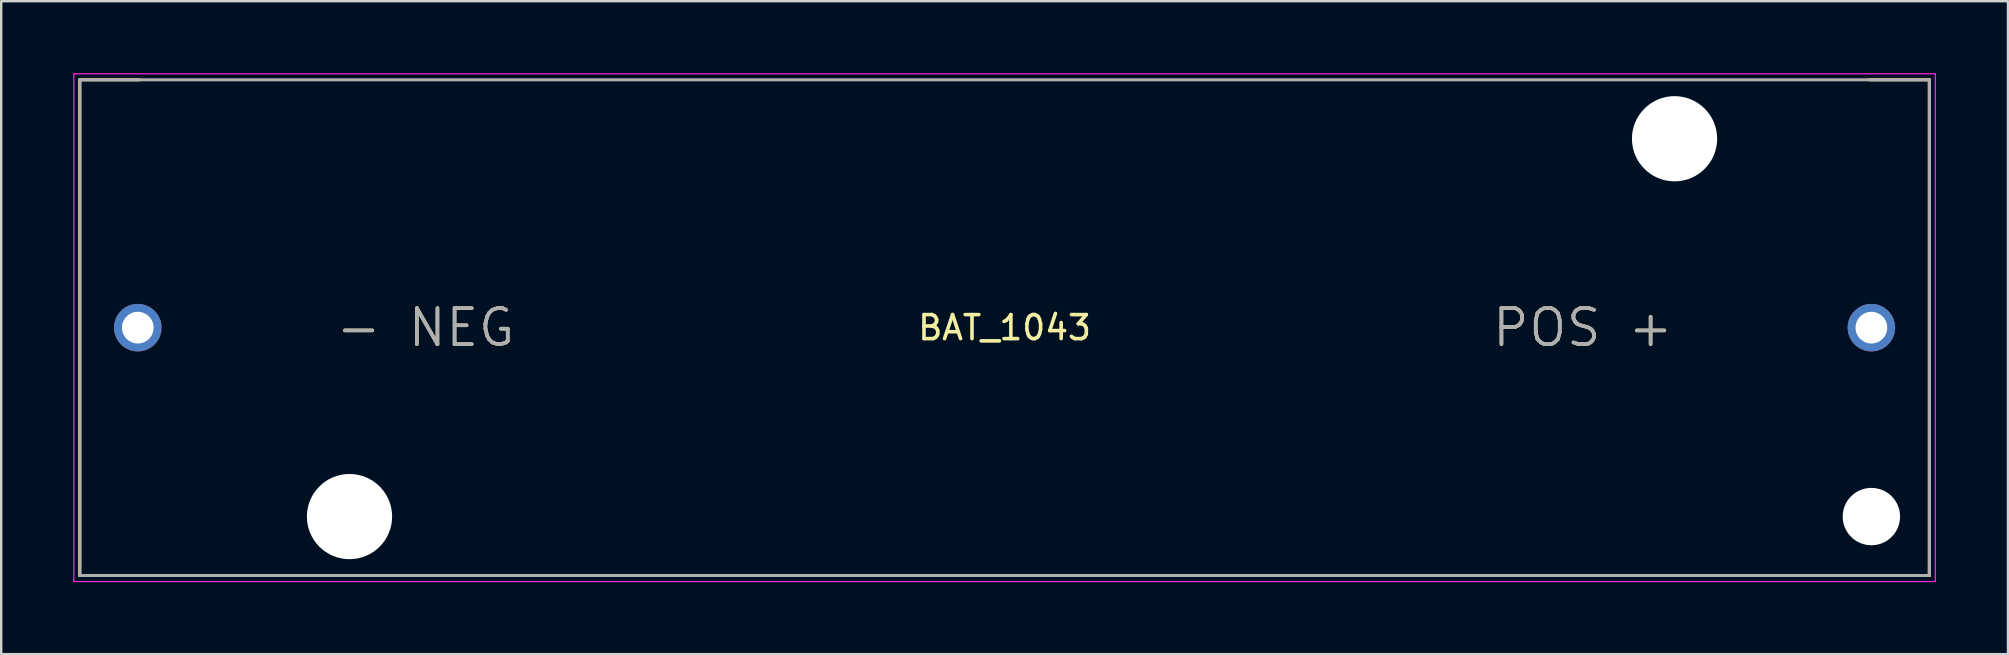
<source format=kicad_pcb>
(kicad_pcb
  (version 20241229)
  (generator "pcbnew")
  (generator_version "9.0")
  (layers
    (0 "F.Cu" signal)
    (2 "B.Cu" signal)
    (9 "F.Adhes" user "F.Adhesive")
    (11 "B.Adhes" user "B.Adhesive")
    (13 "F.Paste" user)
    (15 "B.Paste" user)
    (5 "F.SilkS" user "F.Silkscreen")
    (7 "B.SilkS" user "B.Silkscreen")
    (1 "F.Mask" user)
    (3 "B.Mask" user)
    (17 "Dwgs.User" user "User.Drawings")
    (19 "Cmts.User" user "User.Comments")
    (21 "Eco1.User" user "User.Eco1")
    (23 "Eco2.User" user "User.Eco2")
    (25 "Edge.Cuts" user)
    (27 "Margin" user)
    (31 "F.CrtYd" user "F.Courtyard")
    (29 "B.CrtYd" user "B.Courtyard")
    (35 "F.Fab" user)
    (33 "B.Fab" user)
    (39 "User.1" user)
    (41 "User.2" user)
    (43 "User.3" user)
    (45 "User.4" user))
  (footprint "BAT_1043"
    (layer "F.Cu")
    (at 38.8 10.6)
    (property "Reference" "BAT_1043" (at 0 0 0) (layer "F.SilkS") (effects (font (size 1 1) (thickness 0.15))))
    (attr through_hole)
    (fp_line (start -38.525 -10.325) (end -38.525 10.325) (stroke (width 0.127) (type solid)) (layer "F.SilkS"))
    (fp_line (start -38.525 10.325) (end -36.025 10.325) (stroke (width 0.127) (type solid)) (layer "F.SilkS"))
    (fp_line (start -36.025 -10.325) (end -38.525 -10.325) (stroke (width 0.127) (type solid)) (layer "F.SilkS"))
    (fp_line (start 36.025 -10.325) (end 38.525 -10.325) (stroke (width 0.127) (type solid)) (layer "F.SilkS"))
    (fp_line (start 36.025 10.325) (end 38.525 10.325) (stroke (width 0.127) (type solid)) (layer "F.SilkS"))
    (fp_line (start 38.525 10.325) (end 38.525 -10.325) (stroke (width 0.127) (type solid)) (layer "F.SilkS"))
    (fp_line (start -38.775 -10.575) (end -38.775 10.575) (stroke (width 0.05) (type solid)) (layer "F.CrtYd"))
    (fp_line (start -38.775 10.575) (end 38.775 10.575) (stroke (width 0.05) (type solid)) (layer "F.CrtYd"))
    (fp_line (start 38.775 -10.575) (end -38.775 -10.575) (stroke (width 0.05) (type solid)) (layer "F.CrtYd"))
    (fp_line (start 38.775 10.575) (end 38.775 -10.575) (stroke (width 0.05) (type solid)) (layer "F.CrtYd"))
    (fp_line (start -38.525 -10.325) (end -38.525 10.325) (stroke (width 0.127) (type solid)) (layer "F.Fab"))
    (fp_line (start -38.525 10.325) (end 38.525 10.325) (stroke (width 0.127) (type solid)) (layer "F.Fab"))
    (fp_line (start 38.525 -10.325) (end -38.525 -10.325) (stroke (width 0.127) (type solid)) (layer "F.Fab"))
    (fp_line (start 38.525 10.325) (end 38.525 -10.325) (stroke (width 0.127) (type solid)) (layer "F.Fab"))
    (fp_text user "- NEG" (at -27.94 0 0) (unlocked yes) (layer "F.SilkS") (effects (font (size 1.5 1.5) (thickness 0.15)) (justify left)))
    (fp_text user "POS +" (at 27.94 0 0) (unlocked yes) (layer "F.SilkS") (effects (font (size 1.5 1.5) (thickness 0.15)) (justify right)))
    (fp_text user "- NEG" (at -27.94 0 0) (unlocked yes) (layer "F.Fab") (effects (font (size 1.5 1.5) (thickness 0.15)) (justify left)))
    (fp_text user "POS +" (at 27.94 0 0) (unlocked yes) (layer "F.Fab") (effects (font (size 1.5 1.5) (thickness 0.15)) (justify right)))
    (pad "" np_thru_hole circle (at -27.29 7.87) (size 3.55 3.55) (drill 3.55) (layers "*.Cu" "*.Mask"))
    (pad "" np_thru_hole circle (at 27.91 -7.87) (size 3.55 3.55) (drill 3.55) (layers "*.Cu" "*.Mask"))
    (pad "" np_thru_hole circle (at 36.11 7.87) (size 2.39 2.39) (drill 2.39) (layers "*.Cu" "*.Mask"))
    (pad "N" thru_hole circle (at -36.11 0) (size 1.98 1.98) (drill 1.32) (layers "*.Cu" "*.Mask"))
    (pad "P" thru_hole circle (at 36.11 0) (size 1.98 1.98) (drill 1.32) (layers "*.Cu" "*.Mask")))
  (gr_rect
    (start -3 -3)
    (end 80.6 24.2)
    (stroke (width 0.1) (type default))
    (fill no)
    (layer "Edge.Cuts")))
</source>
